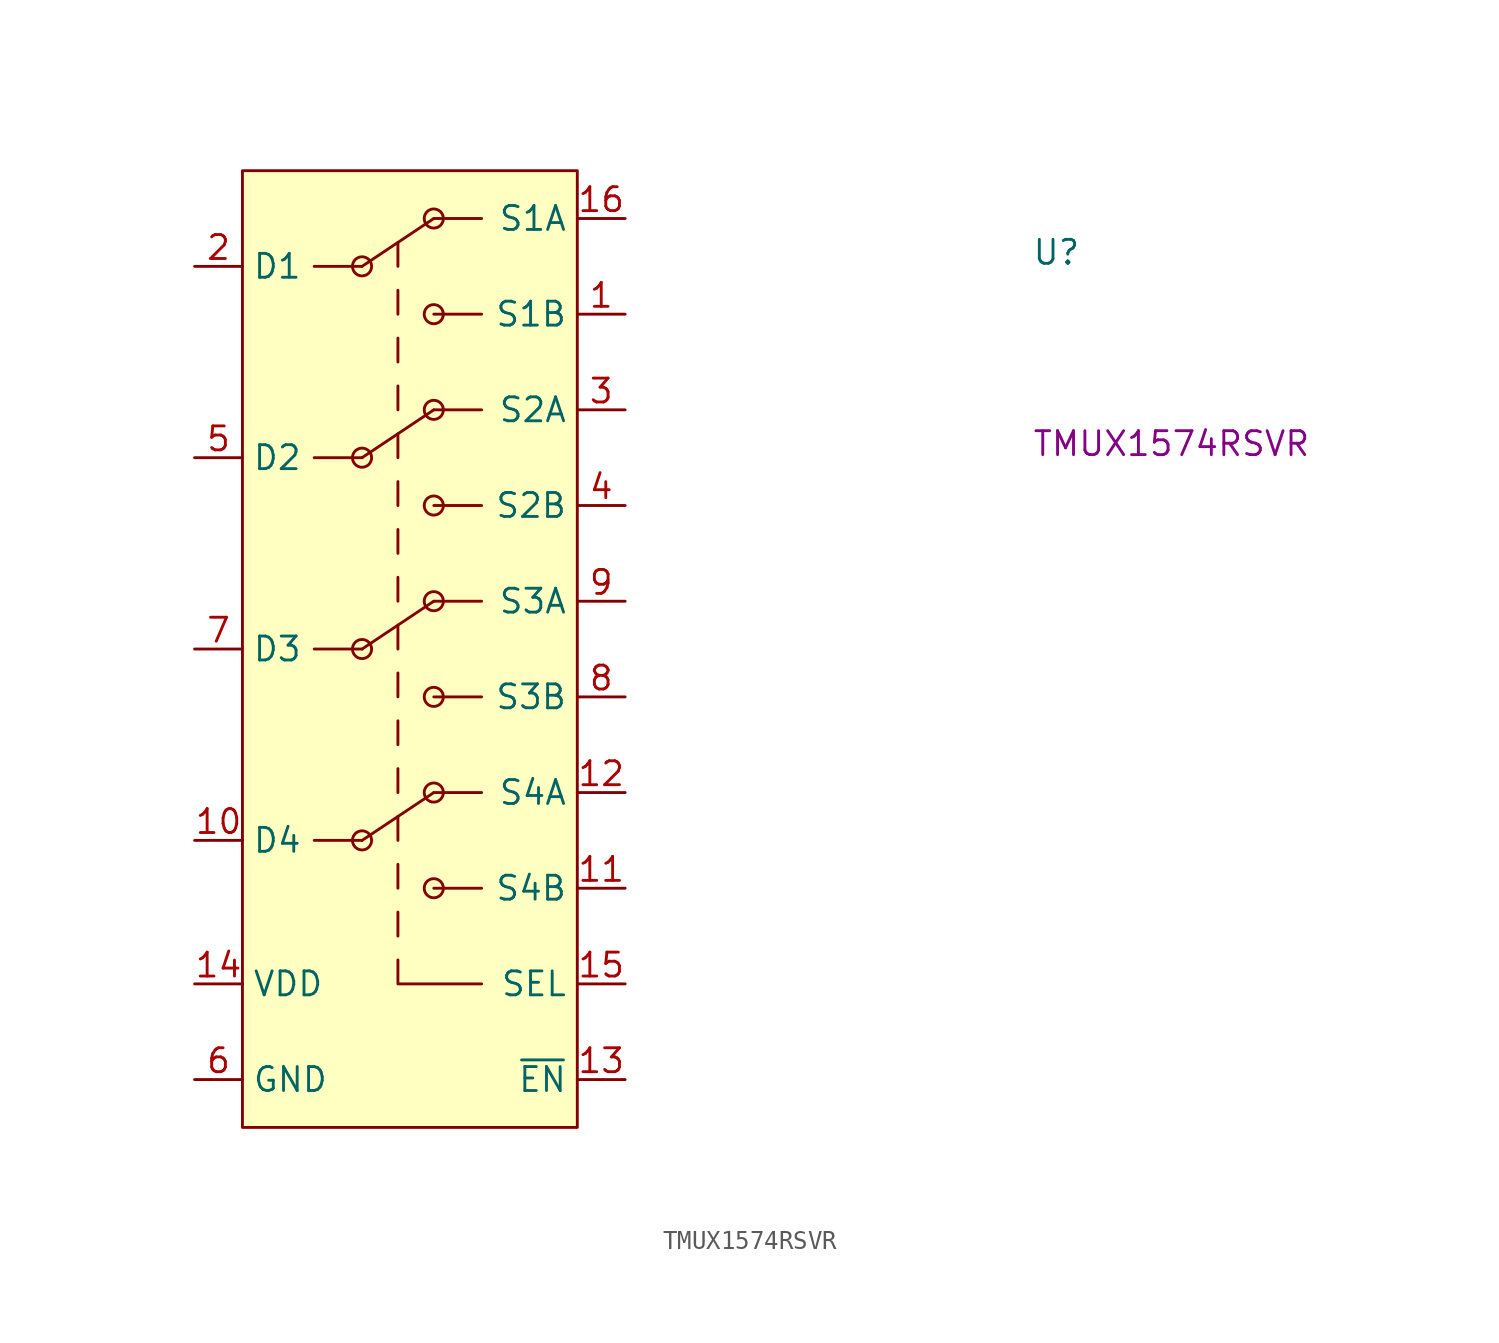
<source format=kicad_sym>
(kicad_symbol_lib
  (version 20220914)
  (generator kicad_symbol_editor)
  (symbol "TMUX1574RSVR"
    (property "Reference" "U"
      (at 44.45 0 0)
      (effects (font (size 1.27 1.27)) (justify left bottom)))
    (property "MPN" "TMUX1574RSVR"
      (at 44.45 -10.16 0)
      (effects (font (size 1.27 1.27)) (justify left bottom)))
    (symbol "TMUX1574RSVR_0_1"
      (polyline (pts (xy 6.35 -30.48) (xy 8.89 -30.48)) (stroke (width 0) (type default)) (fill (type none)))
      (polyline (pts (xy 6.35 -20.32) (xy 8.89 -20.32)) (stroke (width 0) (type default)) (fill (type none)))
      (polyline (pts (xy 6.35 -10.16) (xy 8.89 -10.16)) (stroke (width 0) (type default)) (fill (type none)))
      (polyline (pts (xy 6.35 0) (xy 8.89 0)) (stroke (width 0) (type default)) (fill (type none)))
      (polyline (pts (xy 8.89 -30.48) (xy 12.7 -27.94)) (stroke (width 0) (type default)) (fill (type none)))
      (polyline (pts (xy 8.89 -20.32) (xy 12.7 -17.78)) (stroke (width 0) (type default)) (fill (type none)))
      (polyline (pts (xy 8.89 -10.16) (xy 12.7 -7.62)) (stroke (width 0) (type default)) (fill (type none)))
      (polyline (pts (xy 8.89 0) (xy 12.7 2.54)) (stroke (width 0) (type default)) (fill (type none)))
      (polyline (pts (xy 10.795 -35.56) (xy 10.795 -34.29)) (stroke (width 0) (type default)) (fill (type none)))
      (polyline (pts (xy 10.795 -33.02) (xy 10.795 -31.75)) (stroke (width 0) (type default)) (fill (type none)))
      (polyline (pts (xy 10.795 -30.48) (xy 10.795 -29.21)) (stroke (width 0) (type default)) (fill (type none)))
      (polyline (pts (xy 10.795 -27.94) (xy 10.795 -26.67)) (stroke (width 0) (type default)) (fill (type none)))
      (polyline (pts (xy 10.795 -25.4) (xy 10.795 -24.13)) (stroke (width 0) (type default)) (fill (type none)))
      (polyline (pts (xy 10.795 -22.86) (xy 10.795 -21.59)) (stroke (width 0) (type default)) (fill (type none)))
      (polyline (pts (xy 10.795 -20.32) (xy 10.795 -19.05)) (stroke (width 0) (type default)) (fill (type none)))
      (polyline (pts (xy 10.795 -17.78) (xy 10.795 -16.51)) (stroke (width 0) (type default)) (fill (type none)))
      (polyline (pts (xy 10.795 -15.24) (xy 10.795 -13.97)) (stroke (width 0) (type default)) (fill (type none)))
      (polyline (pts (xy 10.795 -12.7) (xy 10.795 -11.43)) (stroke (width 0) (type default)) (fill (type none)))
      (polyline (pts (xy 10.795 -10.16) (xy 10.795 -8.89)) (stroke (width 0) (type default)) (fill (type none)))
      (polyline (pts (xy 10.795 -7.62) (xy 10.795 -6.35)) (stroke (width 0) (type default)) (fill (type none)))
      (polyline (pts (xy 10.795 -5.08) (xy 10.795 -3.81)) (stroke (width 0) (type default)) (fill (type none)))
      (polyline (pts (xy 10.795 -2.54) (xy 10.795 -1.27)) (stroke (width 0) (type default)) (fill (type none)))
      (polyline (pts (xy 10.795 0) (xy 10.795 1.27)) (stroke (width 0) (type default)) (fill (type none)))
      (polyline (pts (xy 12.7 -33.02) (xy 15.24 -33.02)) (stroke (width 0) (type default)) (fill (type none)))
      (polyline (pts (xy 12.7 -22.86) (xy 15.24 -22.86)) (stroke (width 0) (type default)) (fill (type none)))
      (polyline (pts (xy 12.7 -12.7) (xy 15.24 -12.7)) (stroke (width 0) (type default)) (fill (type none)))
      (polyline (pts (xy 12.7 -2.54) (xy 15.24 -2.54)) (stroke (width 0) (type default)) (fill (type none)))
      (polyline (pts (xy 15.24 -38.1) (xy 10.795 -38.1) (xy 10.795 -36.83)) (stroke (width 0) (type default)) (fill (type none)))
      (polyline (pts (xy 15.24 -27.94) (xy 13.97 -27.94) (xy 12.7 -27.94)) (stroke (width 0) (type default)) (fill (type none)))
      (polyline (pts (xy 15.24 -17.78) (xy 13.97 -17.78) (xy 12.7 -17.78)) (stroke (width 0) (type default)) (fill (type none)))
      (polyline (pts (xy 15.24 -7.62) (xy 13.97 -7.62) (xy 12.7 -7.62)) (stroke (width 0) (type default)) (fill (type none)))
      (polyline (pts (xy 15.24 2.54) (xy 13.97 2.54) (xy 12.7 2.54)) (stroke (width 0) (type default)) (fill (type none)))
      (rectangle (start 2.54 5.08) (end 20.32 -45.72) (stroke (width 0) (type default)) (fill (type background)))
      (circle (center 8.89 -30.48) (radius 0.508) (stroke (width 0) (type default)) (fill (type none)))
      (circle (center 8.89 -20.32) (radius 0.508) (stroke (width 0) (type default)) (fill (type none)))
      (circle (center 8.89 -10.16) (radius 0.508) (stroke (width 0) (type default)) (fill (type none)))
      (circle (center 8.89 0) (radius 0.508) (stroke (width 0) (type default)) (fill (type none)))
      (circle (center 12.7 -33.02) (radius 0.508) (stroke (width 0) (type default)) (fill (type none)))
      (circle (center 12.7 -27.94) (radius 0.508) (stroke (width 0) (type default)) (fill (type none)))
      (circle (center 12.7 -22.86) (radius 0.508) (stroke (width 0) (type default)) (fill (type none)))
      (circle (center 12.7 -17.78) (radius 0.508) (stroke (width 0) (type default)) (fill (type none)))
      (circle (center 12.7 -12.7) (radius 0.508) (stroke (width 0) (type default)) (fill (type none)))
      (circle (center 12.7 -7.62) (radius 0.508) (stroke (width 0) (type default)) (fill (type none)))
      (circle (center 12.7 -2.54) (radius 0.508) (stroke (width 0) (type default)) (fill (type none)))
      (circle (center 12.7 2.54) (radius 0.508) (stroke (width 0) (type default)) (fill (type none))))
    (symbol "TMUX1574RSVR_1_1"
      (pin bidirectional line (at 22.86 -2.54 180) (length 2.54) (name "S1B" (effects (font (size 1.27 1.27)))) (number "1" (effects (font (size 1.27 1.27)))))
      (pin bidirectional line (at 0 -30.48 0) (length 2.54) (name "D4" (effects (font (size 1.27 1.27)))) (number "10" (effects (font (size 1.27 1.27)))))
      (pin bidirectional line (at 22.86 -33.02 180) (length 2.54) (name "S4B" (effects (font (size 1.27 1.27)))) (number "11" (effects (font (size 1.27 1.27)))))
      (pin bidirectional line (at 22.86 -27.94 180) (length 2.54) (name "S4A" (effects (font (size 1.27 1.27)))) (number "12" (effects (font (size 1.27 1.27)))))
      (pin input line (at 22.86 -43.18 180) (length 2.54) (name "~{EN}" (effects (font (size 1.27 1.27)))) (number "13" (effects (font (size 1.27 1.27)))))
      (pin power_in line (at 0 -38.1 0) (length 2.54) (name "VDD" (effects (font (size 1.27 1.27)))) (number "14" (effects (font (size 1.27 1.27)))))
      (pin input line (at 22.86 -38.1 180) (length 2.54) (name "SEL" (effects (font (size 1.27 1.27)))) (number "15" (effects (font (size 1.27 1.27)))))
      (pin bidirectional line (at 22.86 2.54 180) (length 2.54) (name "S1A" (effects (font (size 1.27 1.27)))) (number "16" (effects (font (size 1.27 1.27)))))
      (pin bidirectional line (at 0 0 0) (length 2.54) (name "D1" (effects (font (size 1.27 1.27)))) (number "2" (effects (font (size 1.27 1.27)))))
      (pin bidirectional line (at 22.86 -7.62 180) (length 2.54) (name "S2A" (effects (font (size 1.27 1.27)))) (number "3" (effects (font (size 1.27 1.27)))))
      (pin bidirectional line (at 22.86 -12.7 180) (length 2.54) (name "S2B" (effects (font (size 1.27 1.27)))) (number "4" (effects (font (size 1.27 1.27)))))
      (pin bidirectional line (at 0 -10.16 0) (length 2.54) (name "D2" (effects (font (size 1.27 1.27)))) (number "5" (effects (font (size 1.27 1.27)))))
      (pin power_in line (at 0 -43.18 0) (length 2.54) (name "GND" (effects (font (size 1.27 1.27)))) (number "6" (effects (font (size 1.27 1.27)))))
      (pin bidirectional line (at 0 -20.32 0) (length 2.54) (name "D3" (effects (font (size 1.27 1.27)))) (number "7" (effects (font (size 1.27 1.27)))))
      (pin bidirectional line (at 22.86 -22.86 180) (length 2.54) (name "S3B" (effects (font (size 1.27 1.27)))) (number "8" (effects (font (size 1.27 1.27)))))
      (pin bidirectional line (at 22.86 -17.78 180) (length 2.54) (name "S3A" (effects (font (size 1.27 1.27)))) (number "9" (effects (font (size 1.27 1.27))))))))
</source>
